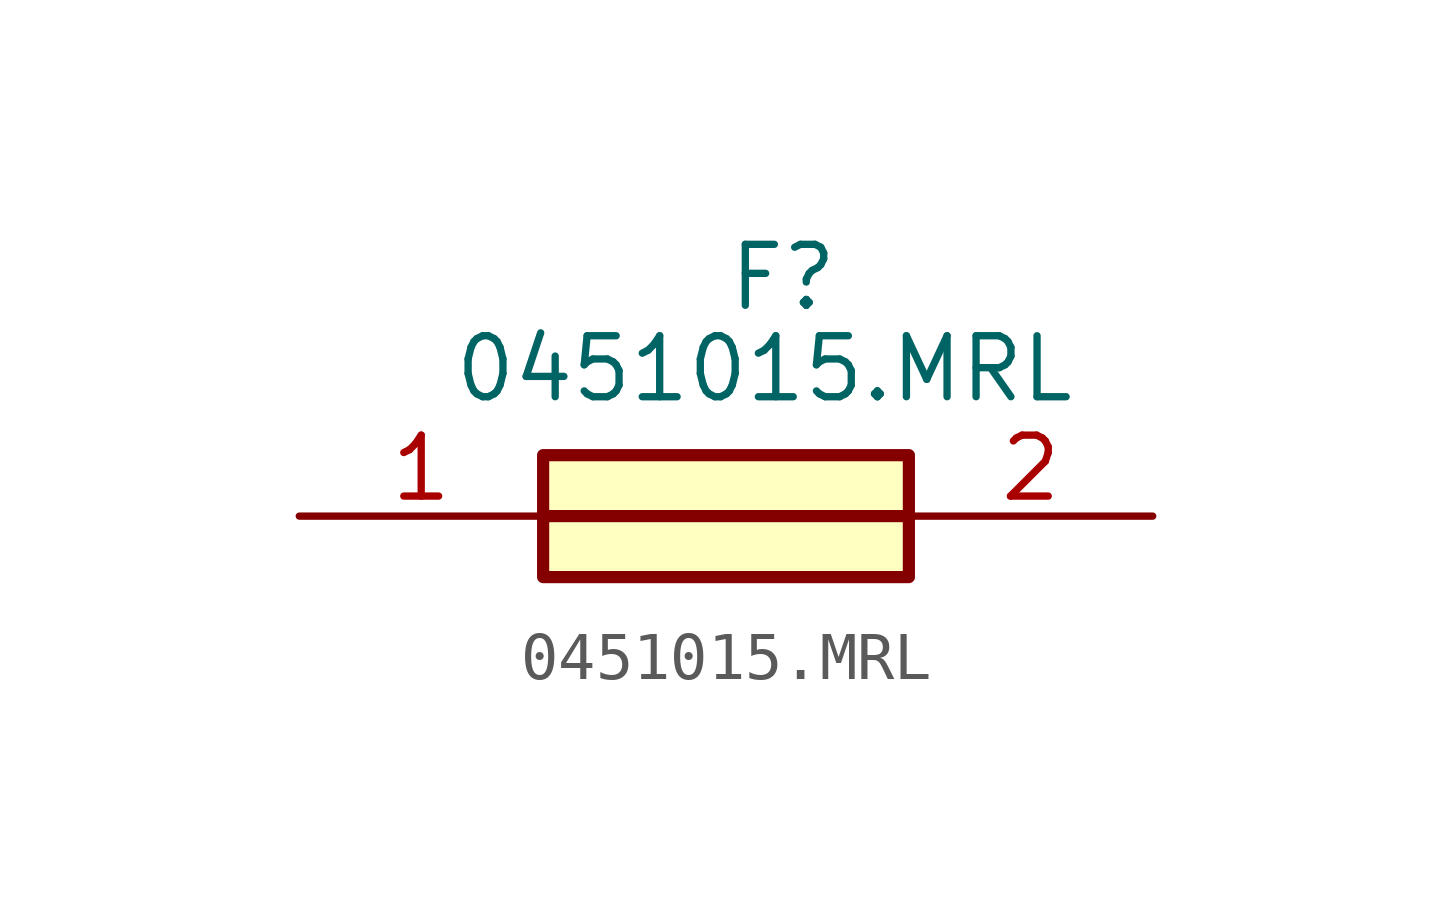
<source format=kicad_sym>
(kicad_symbol_lib
  (version 20220914)
  (generator kicad_symbol_editor)
  (symbol "0451015.MRL"
    (pin_names hide)
    (property "Reference" "F"
      (at 8.89 5.715 0)
      (effects (font (size 1.27 1.27)) (justify left top)))
    (property "Value" "0451015.MRL"
      (at 3.175 3.81 0)
      (effects (font (size 1.27 1.27)) (justify left top)))
    (symbol "0451015.MRL_1_1"
      (polyline (pts (xy 5.08 0) (xy 12.7 0)) (stroke (width 0.254) (type default)) (fill (type none)))
      (rectangle (start 5.08 1.27) (end 12.7 -1.27) (stroke (width 0.254) (type default)) (fill (type background)))
      (pin passive line (at 0 0 0) (length 5.08) (name "1" (effects (font (size 1.27 1.27)))) (number "1" (effects (font (size 1.27 1.27)))))
      (pin passive line (at 17.78 0 180) (length 5.08) (name "2" (effects (font (size 1.27 1.27)))) (number "2" (effects (font (size 1.27 1.27))))))))
</source>
